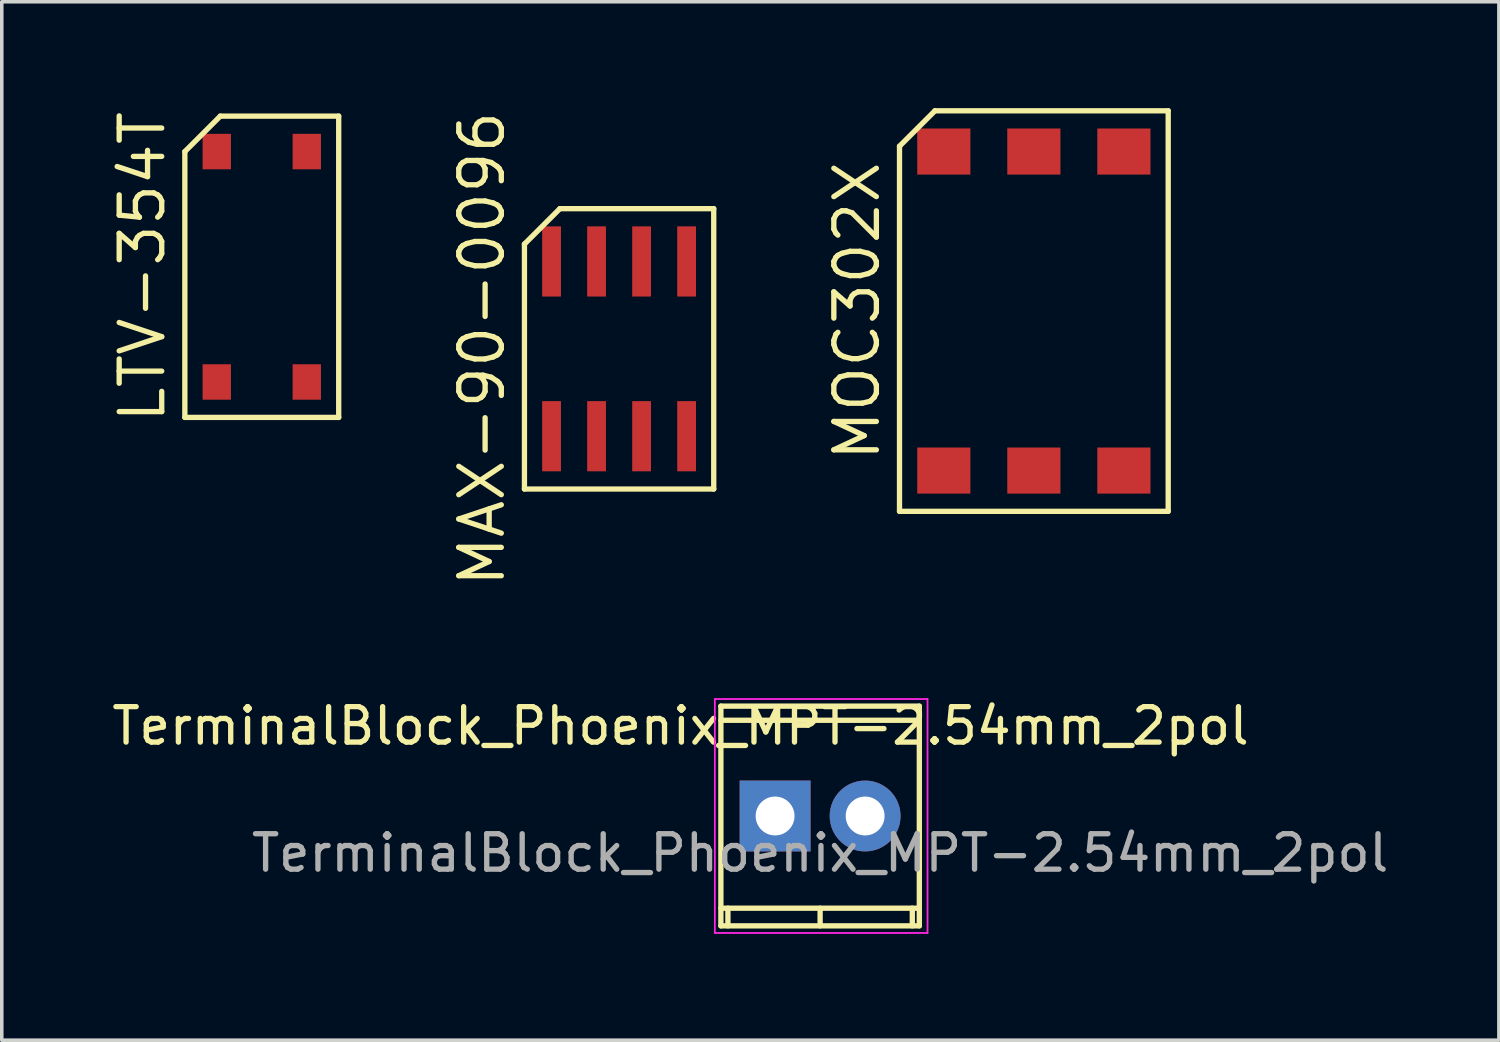
<source format=kicad_pcb>
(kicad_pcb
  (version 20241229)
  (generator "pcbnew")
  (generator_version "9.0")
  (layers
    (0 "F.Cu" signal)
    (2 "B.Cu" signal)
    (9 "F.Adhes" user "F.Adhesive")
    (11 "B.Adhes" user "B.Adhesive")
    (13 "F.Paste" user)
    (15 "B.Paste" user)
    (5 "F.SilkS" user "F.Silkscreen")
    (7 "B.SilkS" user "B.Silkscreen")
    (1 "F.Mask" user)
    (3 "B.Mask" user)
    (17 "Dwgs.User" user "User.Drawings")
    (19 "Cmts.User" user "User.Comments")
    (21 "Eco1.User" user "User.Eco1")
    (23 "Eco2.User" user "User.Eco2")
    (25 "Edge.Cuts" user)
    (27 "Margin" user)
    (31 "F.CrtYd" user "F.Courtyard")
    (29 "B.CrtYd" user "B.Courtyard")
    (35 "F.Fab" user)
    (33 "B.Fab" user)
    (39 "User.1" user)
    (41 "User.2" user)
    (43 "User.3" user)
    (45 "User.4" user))
  (footprint "MOC302X"
    (layer "F.Cu")
    (at 26.116 5.725)
    (property "Reference" "MOC302X" (at -4.99 0 90) (layer "F.SilkS") (effects (font (size 1.2 1.2) (thickness 0.15))))
    (attr through_hole)
    (fp_line (start -3.79 -4.65) (end -3.79 5.65) (stroke (width 0.15) (type solid)) (layer "F.SilkS"))
    (fp_line (start -3.79 5.65) (end 3.79 5.65) (stroke (width 0.15) (type solid)) (layer "F.SilkS"))
    (fp_line (start -2.79 -5.65) (end -3.79 -4.65) (stroke (width 0.15) (type solid)) (layer "F.SilkS"))
    (fp_line (start 3.79 -5.65) (end -2.79 -5.65) (stroke (width 0.15) (type solid)) (layer "F.SilkS"))
    (fp_line (start 3.79 5.65) (end 3.79 -5.65) (stroke (width 0.15) (type solid)) (layer "F.SilkS"))
    (pad "1" smd rect (at -2.54 4.5) (size 1.5 1.3) (layers "F.Cu" "F.Mask" "F.Paste"))
    (pad "2" smd rect (at 0 4.5) (size 1.5 1.3) (layers "F.Cu" "F.Mask" "F.Paste"))
    (pad "3" smd rect (at 2.54 4.5) (size 1.5 1.3) (layers "F.Cu" "F.Mask" "F.Paste"))
    (pad "4" smd rect (at 2.54 -4.5) (size 1.5 1.3) (layers "F.Cu" "F.Mask" "F.Paste"))
    (pad "5" smd rect (at 0 -4.5) (size 1.5 1.3) (layers "F.Cu" "F.Mask" "F.Paste"))
    (pad "6" smd rect (at -2.54 -4.5) (size 1.5 1.3) (layers "F.Cu" "F.Mask" "F.Paste")))
  (footprint "TerminalBlock_Phoenix_MPT-2.54mm_2pol"
    (layer "F.Cu")
    (at 18.816 19.97)
    (property "Reference" "TerminalBlock_Phoenix_MPT-2.54mm_2pol" (at -2.667 -2.54 0) (layer "F.SilkS") (effects (font (size 1 1) (thickness 0.15))))
    (attr through_hole)
    (fp_line (start -1.529 -3.099) (end -1.529 3.099) (stroke (width 0.15) (type solid)) (layer "F.SilkS"))
    (fp_line (start -1.529 -2.7) (end 4.069 -2.7) (stroke (width 0.15) (type solid)) (layer "F.SilkS"))
    (fp_line (start -1.529 3.099) (end 4.069 3.099) (stroke (width 0.15) (type solid)) (layer "F.SilkS"))
    (fp_line (start -1.331 3.099) (end -1.331 2.601) (stroke (width 0.15) (type solid)) (layer "F.SilkS"))
    (fp_line (start 1.27 3.099) (end 1.27 2.601) (stroke (width 0.15) (type solid)) (layer "F.SilkS"))
    (fp_line (start 3.871 2.601) (end 3.871 3.099) (stroke (width 0.15) (type solid)) (layer "F.SilkS"))
    (fp_line (start 4.069 -3.099) (end -1.529 -3.099) (stroke (width 0.15) (type solid)) (layer "F.SilkS"))
    (fp_line (start 4.069 2.601) (end -1.529 2.601) (stroke (width 0.15) (type solid)) (layer "F.SilkS"))
    (fp_line (start 4.069 3.099) (end 4.069 -3.099) (stroke (width 0.15) (type solid)) (layer "F.SilkS"))
    (fp_line (start -1.7 -3.3) (end 4.3 -3.3) (stroke (width 0.05) (type solid)) (layer "F.CrtYd"))
    (fp_line (start -1.7 3.3) (end -1.7 -3.3) (stroke (width 0.05) (type solid)) (layer "F.CrtYd"))
    (fp_line (start 4.3 -3.3) (end 4.3 3.3) (stroke (width 0.05) (type solid)) (layer "F.CrtYd"))
    (fp_line (start 4.3 3.3) (end -1.7 3.3) (stroke (width 0.05) (type solid)) (layer "F.CrtYd"))
    (fp_text user "${REFERENCE}" (at 1.27 1.045 0) (layer "F.Fab") (effects (font (size 1 1) (thickness 0.15))))
    (pad "1" thru_hole rect (at 0 0) (size 1.999 1.999) (drill 1.097) (layers "*.Cu" "*.Mask"))
    (pad "2" thru_hole oval (at 2.54 0) (size 1.999 1.999) (drill 1.097) (layers "*.Cu" "*.Mask")))
  (footprint "MAX-90-0096"
    (layer "F.Cu")
    (at 14.415 6.791)
    (property "Reference" "MAX-90-0096" (at -3.87 0 90) (layer "F.SilkS") (effects (font (size 1.2 1.2) (thickness 0.15))))
    (attr through_hole)
    (fp_line (start -2.67 -2.955) (end -2.67 3.955) (stroke (width 0.15) (type solid)) (layer "F.SilkS"))
    (fp_line (start -2.67 3.955) (end 2.67 3.955) (stroke (width 0.15) (type solid)) (layer "F.SilkS"))
    (fp_line (start -1.67 -3.955) (end -2.67 -2.955) (stroke (width 0.15) (type solid)) (layer "F.SilkS"))
    (fp_line (start 2.67 -3.955) (end -1.67 -3.955) (stroke (width 0.15) (type solid)) (layer "F.SilkS"))
    (fp_line (start 2.67 3.955) (end 2.67 -3.955) (stroke (width 0.15) (type solid)) (layer "F.SilkS"))
    (pad "1" smd rect (at -1.905 2.465) (size 0.53 1.98) (layers "F.Cu" "F.Mask" "F.Paste"))
    (pad "2" smd rect (at -0.635 2.465) (size 0.53 1.98) (layers "F.Cu" "F.Mask" "F.Paste"))
    (pad "3" smd rect (at 0.635 2.465) (size 0.53 1.98) (layers "F.Cu" "F.Mask" "F.Paste"))
    (pad "4" smd rect (at 1.905 2.465) (size 0.53 1.98) (layers "F.Cu" "F.Mask" "F.Paste"))
    (pad "5" smd rect (at 1.905 -2.465) (size 0.53 1.98) (layers "F.Cu" "F.Mask" "F.Paste"))
    (pad "6" smd rect (at 0.635 -2.465) (size 0.53 1.98) (layers "F.Cu" "F.Mask" "F.Paste"))
    (pad "7" smd rect (at -0.635 -2.465) (size 0.53 1.98) (layers "F.Cu" "F.Mask" "F.Paste"))
    (pad "8" smd rect (at -1.905 -2.465) (size 0.53 1.98) (layers "F.Cu" "F.Mask" "F.Paste")))
  (footprint "LTV-354T"
    (layer "F.Cu")
    (at 4.335 4.476)
    (property "Reference" "LTV-354T" (at -3.37 0 90) (layer "F.SilkS") (effects (font (size 1.2 1.2) (thickness 0.15))))
    (attr through_hole)
    (fp_line (start -2.17 -3.25) (end -2.17 4.25) (stroke (width 0.15) (type solid)) (layer "F.SilkS"))
    (fp_line (start -2.17 4.25) (end 2.17 4.25) (stroke (width 0.15) (type solid)) (layer "F.SilkS"))
    (fp_line (start -1.17 -4.25) (end -2.17 -3.25) (stroke (width 0.15) (type solid)) (layer "F.SilkS"))
    (fp_line (start 2.17 -4.25) (end -1.17 -4.25) (stroke (width 0.15) (type solid)) (layer "F.SilkS"))
    (fp_line (start 2.17 4.25) (end 2.17 -4.25) (stroke (width 0.15) (type solid)) (layer "F.SilkS"))
    (pad "1" smd rect (at -1.27 3.25) (size 0.8 1) (layers "F.Cu" "F.Mask" "F.Paste"))
    (pad "2" smd rect (at 1.27 3.25) (size 0.8 1) (layers "F.Cu" "F.Mask" "F.Paste"))
    (pad "3" smd rect (at 1.27 -3.25) (size 0.8 1) (layers "F.Cu" "F.Mask" "F.Paste"))
    (pad "4" smd rect (at -1.27 -3.25) (size 0.8 1) (layers "F.Cu" "F.Mask" "F.Paste")))
  (gr_rect
    (start -3 -3)
    (end 39.235 26.295)
    (stroke (width 0.1) (type default))
    (fill no)
    (layer "Edge.Cuts")))
</source>
